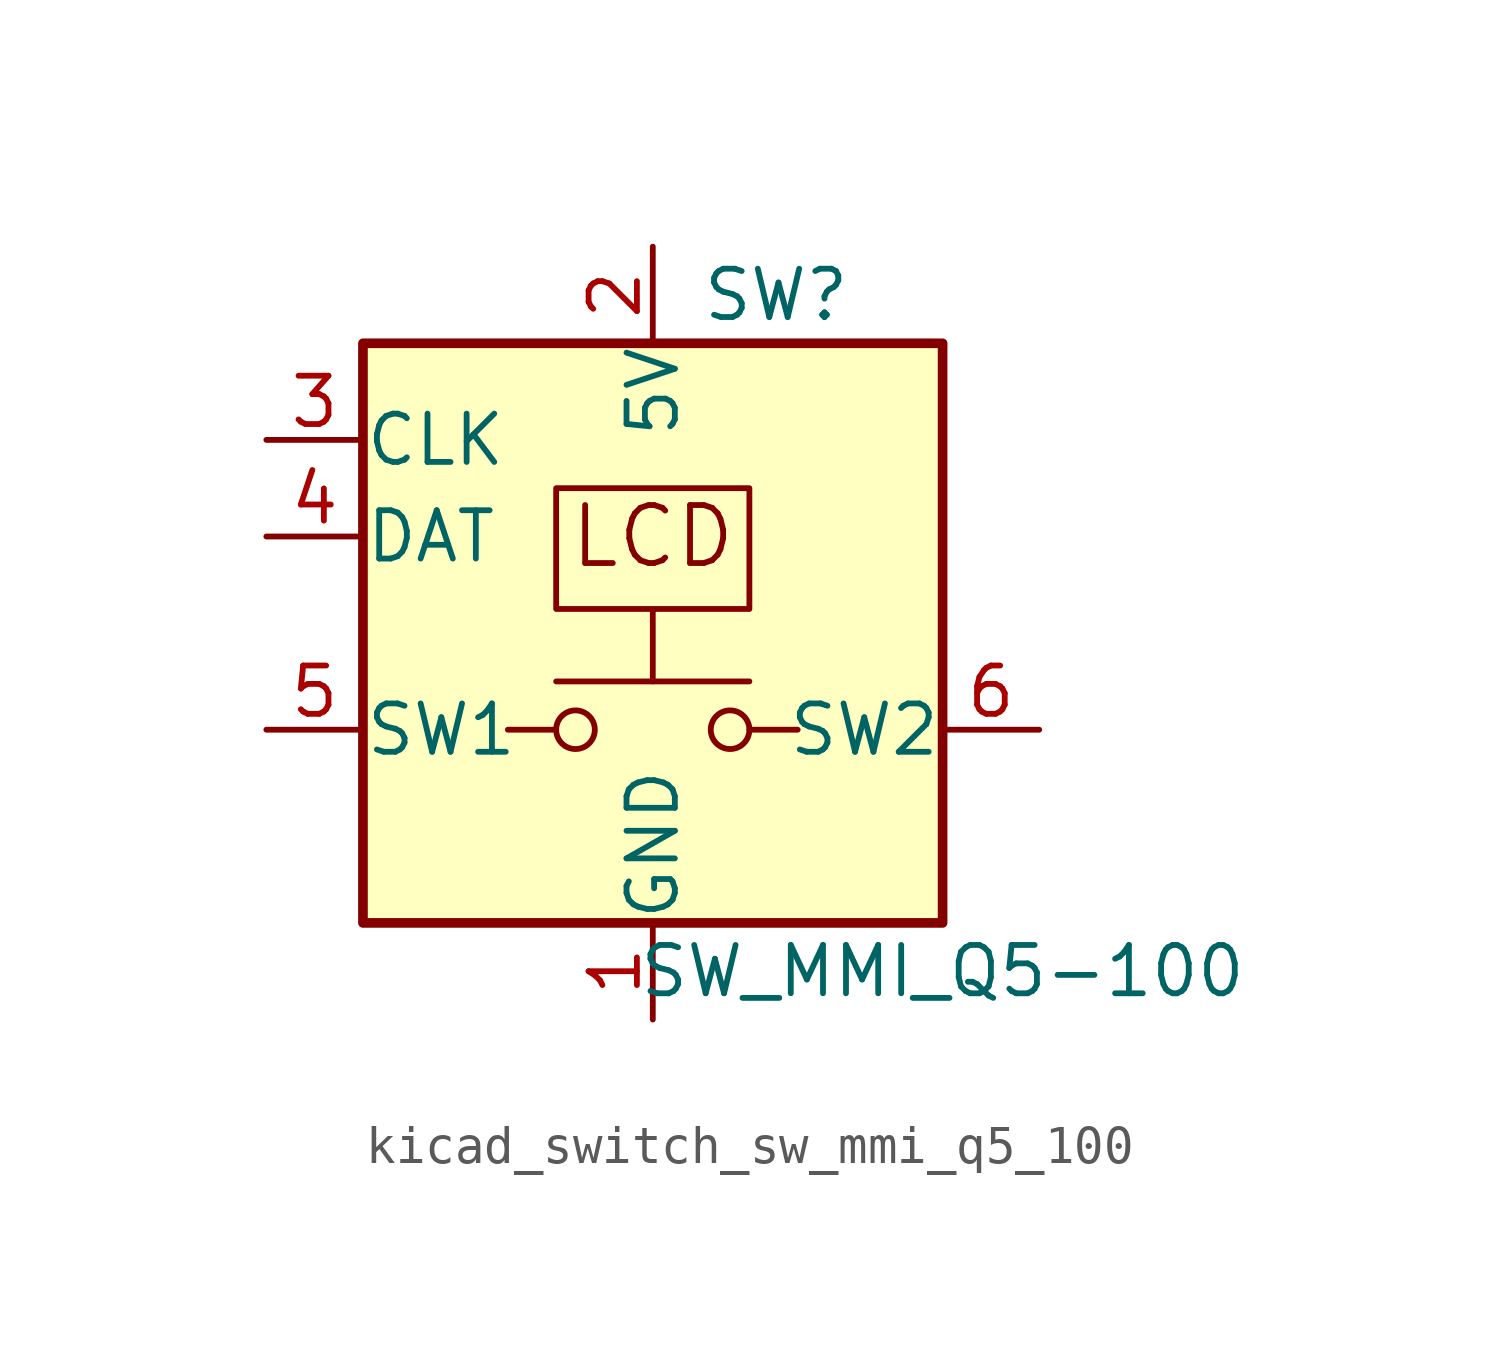
<source format=kicad_sym>
(kicad_symbol_lib
  (version 20220914)
  (generator kicad_symbol_editor)
  (symbol "kicad_switch_sw_mmi_q5_100"
    (pin_names
      (offset 0.025))
    (property "Reference" "SW"
      (at 1.27 8.89 0)
      (effects (font (size 1.27 1.27)) (justify left)))
    (property "Value" "SW_MMI_Q5-100"
      (at 7.62 -8.89 0)
      (effects (font (size 1.27 1.27))))
    (symbol "kicad_switch_sw_mmi_q5_100_0_0"
      (rectangle (start -7.62 7.62) (end 7.62 -7.62) (stroke (width 0.254) (type default)) (fill (type background)))
      (polyline (pts (xy -2.54 -2.54) (xy -3.81 -2.54)) (stroke (width 0) (type default)) (fill (type none)))
      (polyline (pts (xy 2.54 -2.54) (xy 3.81 -2.54)) (stroke (width 0) (type default)) (fill (type none)))
      (text "LCD" (at 0 2.54 0) (effects (font (size 1.524 1.524)))))
    (symbol "kicad_switch_sw_mmi_q5_100_0_1"
      (circle (center -2.032 -2.54) (radius 0.508) (stroke (width 0) (type default)) (fill (type none)))
      (polyline (pts (xy 2.54 -1.27) (xy -2.54 -1.27)) (stroke (width 0) (type default)) (fill (type none)))
      (polyline (pts (xy 0 -1.27) (xy 0 0.635) (xy -2.54 0.635) (xy -2.54 3.81) (xy 2.54 3.81) (xy 2.54 0.635) (xy 0 0.635)) (stroke (width 0) (type default)) (fill (type none)))
      (circle (center 2.032 -2.54) (radius 0.508) (stroke (width 0) (type default)) (fill (type none)))
      (pin power_in line (at 0 -10.16 90) (length 2.54) (name "GND" (effects (font (size 1.27 1.27)))) (number "1" (effects (font (size 1.27 1.27)))))
      (pin power_in line (at 0 10.16 270) (length 2.54) (name "5V" (effects (font (size 1.27 1.27)))) (number "2" (effects (font (size 1.27 1.27)))))
      (pin input line (at -10.16 5.08 0) (length 2.54) (name "CLK" (effects (font (size 1.27 1.27)))) (number "3" (effects (font (size 1.27 1.27)))))
      (pin input line (at -10.16 2.54 0) (length 2.54) (name "DAT" (effects (font (size 1.27 1.27)))) (number "4" (effects (font (size 1.27 1.27))))))
    (symbol "kicad_switch_sw_mmi_q5_100_1_1"
      (pin passive line (at -10.16 -2.54 0) (length 2.54) (name "SW1" (effects (font (size 1.27 1.27)))) (number "5" (effects (font (size 1.27 1.27)))))
      (pin passive line (at 10.16 -2.54 180) (length 2.54) (name "SW2" (effects (font (size 1.27 1.27)))) (number "6" (effects (font (size 1.27 1.27))))))))
</source>
